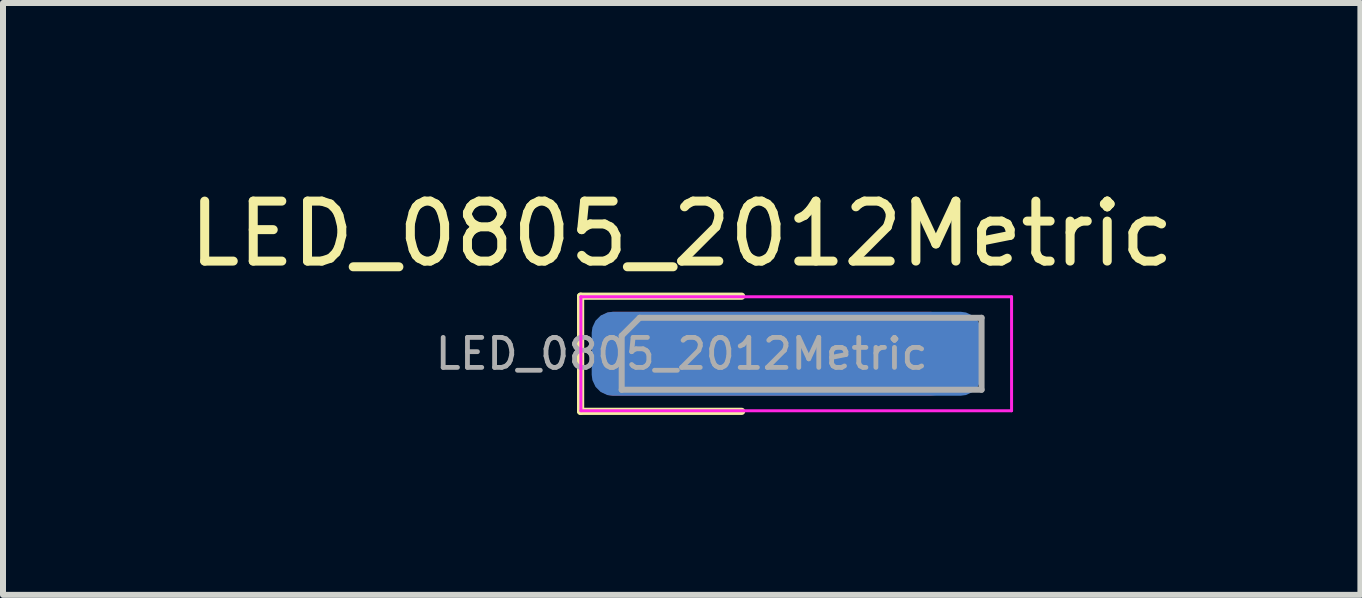
<source format=kicad_pcb>
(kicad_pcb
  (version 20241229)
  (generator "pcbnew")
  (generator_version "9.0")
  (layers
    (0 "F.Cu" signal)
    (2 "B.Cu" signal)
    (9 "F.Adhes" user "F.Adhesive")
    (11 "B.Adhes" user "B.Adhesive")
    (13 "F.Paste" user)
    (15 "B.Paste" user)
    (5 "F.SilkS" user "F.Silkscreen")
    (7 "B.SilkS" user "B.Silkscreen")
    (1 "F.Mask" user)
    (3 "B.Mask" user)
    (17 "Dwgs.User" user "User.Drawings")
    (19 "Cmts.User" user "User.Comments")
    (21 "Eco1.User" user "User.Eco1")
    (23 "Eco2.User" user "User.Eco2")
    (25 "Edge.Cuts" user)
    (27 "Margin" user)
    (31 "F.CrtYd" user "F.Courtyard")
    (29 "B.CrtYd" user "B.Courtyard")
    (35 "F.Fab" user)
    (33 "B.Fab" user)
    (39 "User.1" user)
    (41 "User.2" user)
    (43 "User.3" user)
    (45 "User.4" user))
  (footprint "LED_0805_2012Metric"
    (layer "F.Cu")
    (at 8.315 2.848)
    (property "Reference" "LED_0805_2012Metric" (at 0 -2 0) (layer "F.SilkS") (effects (font (size 1 1) (thickness 0.15))))
    (attr smd)
    (fp_line (start -1.685 -0.96) (end -1.685 0.96) (stroke (width 0.12) (type solid)) (layer "F.SilkS"))
    (fp_line (start -1.685 0.96) (end 1 0.96) (stroke (width 0.12) (type solid)) (layer "F.SilkS"))
    (fp_line (start 1 -0.96) (end -1.685 -0.96) (stroke (width 0.12) (type solid)) (layer "F.SilkS"))
    (fp_line (start -1.68 -0.95) (end 5.5 -0.95) (stroke (width 0.05) (type solid)) (layer "F.CrtYd"))
    (fp_line (start -1.68 0.95) (end -1.68 -0.95) (stroke (width 0.05) (type solid)) (layer "F.CrtYd"))
    (fp_line (start 5.5 -0.95) (end 5.5 0.95) (stroke (width 0.05) (type solid)) (layer "F.CrtYd"))
    (fp_line (start 5.5 0.95) (end -1.68 0.95) (stroke (width 0.05) (type solid)) (layer "F.CrtYd"))
    (fp_line (start -1 -0.3) (end -1 0.6) (stroke (width 0.1) (type solid)) (layer "F.Fab"))
    (fp_line (start -1 0.6) (end 5 0.6) (stroke (width 0.1) (type solid)) (layer "F.Fab"))
    (fp_line (start -0.7 -0.6) (end -1 -0.3) (stroke (width 0.1) (type solid)) (layer "F.Fab"))
    (fp_line (start 5 -0.6) (end -0.7 -0.6) (stroke (width 0.1) (type solid)) (layer "F.Fab"))
    (fp_line (start 5 0.6) (end 5 -0.6) (stroke (width 0.1) (type solid)) (layer "F.Fab"))
    (fp_text user "${REFERENCE}" (at 0 0 0) (layer "F.Fab") (effects (font (size 0.5 0.5) (thickness 0.08))))
    (pad "1" smd roundrect (at 1.506 0) (size 5.987 1.4) (layers "F.Cu" "F.Mask" "F.Paste") (roundrect_rratio 0.25))
    (pad "2" smd roundrect (at 1.75 0) (size 6.5 1.4) (layers "B.Cu" "B.Mask" "B.Paste") (roundrect_rratio 0.25)))
  (gr_rect
    (start -3 -3)
    (end 19.631 6.868)
    (stroke (width 0.1) (type default))
    (fill no)
    (layer "Edge.Cuts")))
</source>
